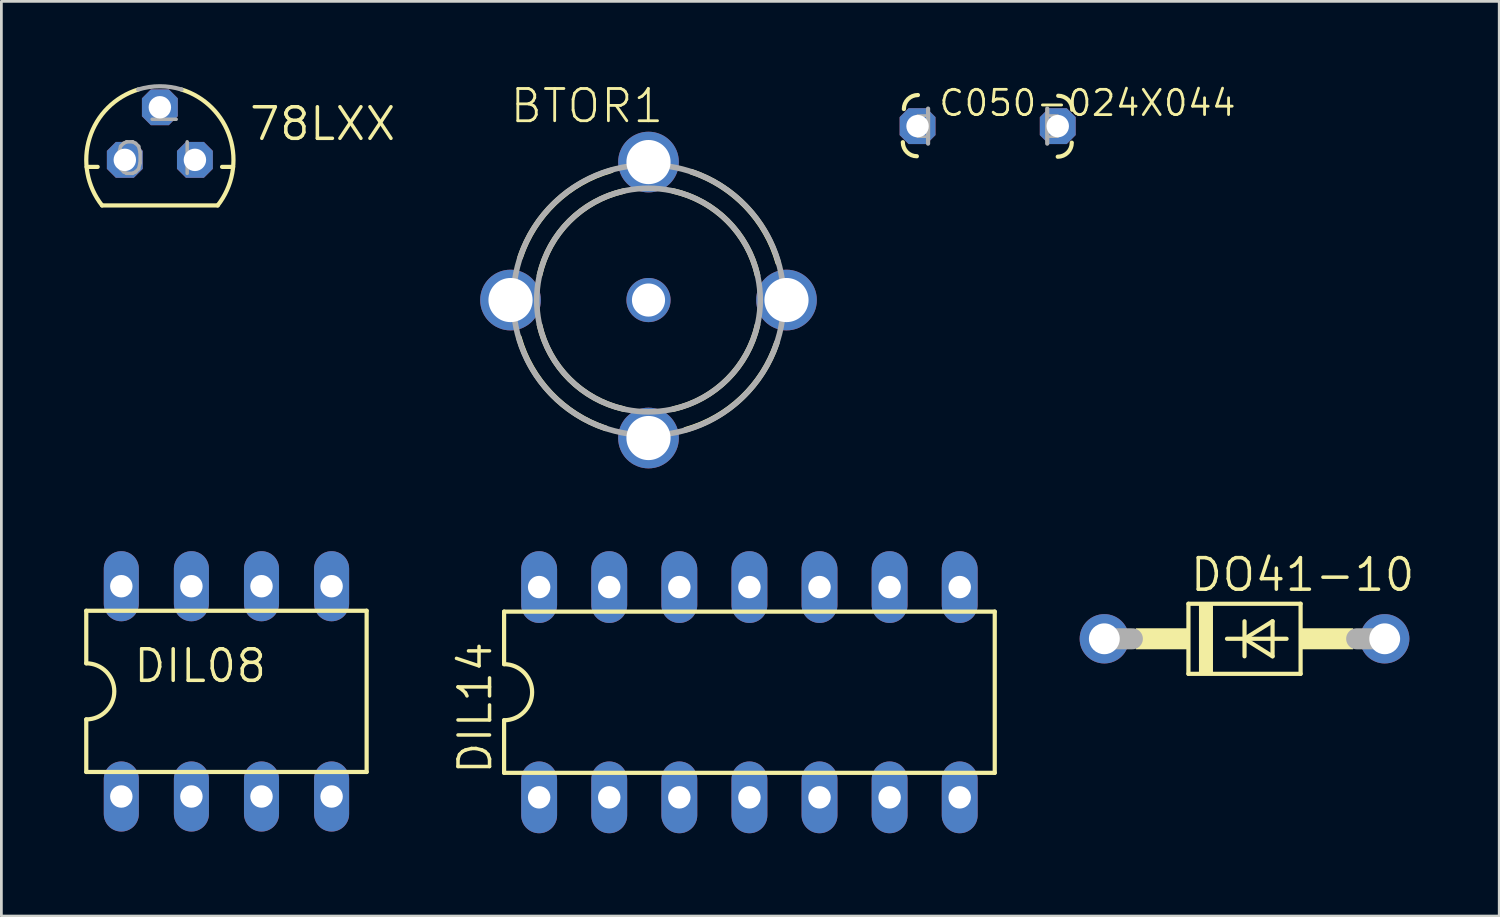
<source format=kicad_pcb>
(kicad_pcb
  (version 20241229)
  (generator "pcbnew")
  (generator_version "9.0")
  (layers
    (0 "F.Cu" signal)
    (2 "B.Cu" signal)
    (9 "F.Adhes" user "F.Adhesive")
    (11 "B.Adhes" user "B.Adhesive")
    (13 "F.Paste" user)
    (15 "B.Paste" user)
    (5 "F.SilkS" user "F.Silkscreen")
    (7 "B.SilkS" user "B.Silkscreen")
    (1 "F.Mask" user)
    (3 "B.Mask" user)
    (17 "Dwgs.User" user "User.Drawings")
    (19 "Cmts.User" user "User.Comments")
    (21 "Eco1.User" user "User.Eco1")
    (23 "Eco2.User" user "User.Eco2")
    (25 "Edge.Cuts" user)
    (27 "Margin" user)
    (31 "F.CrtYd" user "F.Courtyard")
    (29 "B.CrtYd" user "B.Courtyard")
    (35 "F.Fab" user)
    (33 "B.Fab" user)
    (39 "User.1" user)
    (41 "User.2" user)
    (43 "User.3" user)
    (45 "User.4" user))
  (footprint "C050-024X044"
    (layer "F.Cu")
    (at 32.74 1.52)
    (property "Reference" "C050-024X044" (at -1.826 -0.301 0) (layer "F.SilkS") (effects (font (size 0.914 0.914) (thickness 0.102)) (justify left bottom)))
    (fp_arc (start -3.035656 -0.617875) (mid -2.886866 -0.977085) (end -2.527656 -1.125875) (stroke (width 0.1524) (type solid)) (layer "F.SilkS"))
    (fp_arc (start -2.565943 1.091625) (mid -2.925153 0.942835) (end -3.073943 0.583625) (stroke (width 0.1524) (type solid)) (layer "F.SilkS"))
    (fp_arc (start 2.557393 -1.10019) (mid 2.916603 -0.9514) (end 3.065393 -0.59219) (stroke (width 0.1524) (type solid)) (layer "F.SilkS"))
    (fp_arc (start 3.048293 0.600753) (mid 2.899503 0.959963) (end 2.540293 1.108753) (stroke (width 0.1524) (type solid)) (layer "F.SilkS"))
    (fp_line (start -2.159 0.635) (end -2.159 -0.635) (stroke (width 0.152) (type solid)) (layer "F.Fab"))
    (fp_line (start 2.159 0.635) (end 2.159 -0.635) (stroke (width 0.152) (type solid)) (layer "F.Fab"))
    (fp_poly (pts (xy -2.54 0.381) (xy -2.159 0.381) (xy -2.159 -0.381) (xy -2.54 -0.381)) (stroke (width 0.1) (type solid)) (fill no) (layer "F.Fab"))
    (fp_poly (pts (xy 2.159 0.381) (xy 2.54 0.381) (xy 2.54 -0.381) (xy 2.159 -0.381)) (stroke (width 0.1) (type solid)) (fill no) (layer "F.Fab"))
    (pad "1" thru_hole roundrect (at -2.54 0) (size 1.3 1.3) (drill 0.813) (layers "*.Cu" "*.Mask") (roundrect_rratio 0.25) (chamfer_ratio 0.25) (chamfer top_left top_right bottom_left bottom_right))
    (pad "2" thru_hole roundrect (at 2.54 0) (size 1.3 1.3) (drill 0.813) (layers "*.Cu" "*.Mask") (roundrect_rratio 0.25) (chamfer_ratio 0.25) (chamfer top_left top_right bottom_left bottom_right)))
  (footprint "DO41-10"
    (layer "F.Cu")
    (at 42.048 20.098)
    (property "Reference" "DO41-10" (at -2.032 -1.651 0) (layer "F.SilkS") (effects (font (size 1.143 1.143) (thickness 0.127)) (justify left bottom)))
    (fp_line (start -2.032 -1.27) (end -2.032 1.27) (stroke (width 0.152) (type solid)) (layer "F.SilkS"))
    (fp_line (start -2.032 -1.27) (end 2.032 -1.27) (stroke (width 0.152) (type solid)) (layer "F.SilkS"))
    (fp_line (start -0.635 0) (end 0 0) (stroke (width 0.152) (type solid)) (layer "F.SilkS"))
    (fp_line (start 0 -0.635) (end 0 0) (stroke (width 0.152) (type solid)) (layer "F.SilkS"))
    (fp_line (start 0 0) (end 0 0.635) (stroke (width 0.152) (type solid)) (layer "F.SilkS"))
    (fp_line (start 0 0) (end 1.016 -0.635) (stroke (width 0.152) (type solid)) (layer "F.SilkS"))
    (fp_line (start 0 0) (end 1.524 0) (stroke (width 0.152) (type solid)) (layer "F.SilkS"))
    (fp_line (start 1.016 -0.635) (end 1.016 0.635) (stroke (width 0.152) (type solid)) (layer "F.SilkS"))
    (fp_line (start 1.016 0.635) (end 0 0) (stroke (width 0.152) (type solid)) (layer "F.SilkS"))
    (fp_line (start 2.032 1.27) (end -2.032 1.27) (stroke (width 0.152) (type solid)) (layer "F.SilkS"))
    (fp_line (start 2.032 1.27) (end 2.032 -1.27) (stroke (width 0.152) (type solid)) (layer "F.SilkS"))
    (fp_poly (pts (xy -3.937 0.381) (xy -2.032 0.381) (xy -2.032 -0.381) (xy -3.937 -0.381)) (stroke (width 0) (type solid)) (fill yes) (layer "F.SilkS"))
    (fp_poly (pts (xy -1.651 1.27) (xy -1.143 1.27) (xy -1.143 -1.27) (xy -1.651 -1.27)) (stroke (width 0) (type solid)) (fill yes) (layer "F.SilkS"))
    (fp_poly (pts (xy 2.032 0.381) (xy 3.937 0.381) (xy 3.937 -0.381) (xy 2.032 -0.381)) (stroke (width 0) (type solid)) (fill yes) (layer "F.SilkS"))
    (fp_line (start -5.08 0) (end -4.064 0) (stroke (width 0.762) (type solid)) (layer "F.Fab"))
    (fp_line (start 5.08 0) (end 4.064 0) (stroke (width 0.762) (type solid)) (layer "F.Fab"))
    (pad "A" thru_hole circle (at 5.08 0) (size 1.788 1.788) (drill 1.118) (layers "*.Cu" "*.Mask"))
    (pad "C" thru_hole circle (at -5.08 0) (size 1.788 1.788) (drill 1.118) (layers "*.Cu" "*.Mask")))
  (footprint "DIL14"
    (layer "F.Cu")
    (at 24.107 22.034)
    (property "Reference" "DIL14" (at -9.271 3.048 90) (layer "F.SilkS") (effects (font (size 1.143 1.143) (thickness 0.127)) (justify left bottom)))
    (fp_line (start -8.89 -2.921) (end -8.89 -1.016) (stroke (width 0.152) (type solid)) (layer "F.SilkS"))
    (fp_line (start -8.89 2.921) (end -8.89 1.016) (stroke (width 0.152) (type solid)) (layer "F.SilkS"))
    (fp_line (start -8.89 2.921) (end 8.89 2.921) (stroke (width 0.152) (type solid)) (layer "F.SilkS"))
    (fp_line (start 8.89 -2.921) (end -8.89 -2.921) (stroke (width 0.152) (type solid)) (layer "F.SilkS"))
    (fp_line (start 8.89 -2.921) (end 8.89 2.921) (stroke (width 0.152) (type solid)) (layer "F.SilkS"))
    (fp_arc (start -8.89 -1.016) (mid -7.874 0) (end -8.89 1.016) (stroke (width 0.1524) (type solid)) (layer "F.SilkS"))
    (pad "1" thru_hole oval (at -7.62 3.81 90) (size 2.601 1.3) (drill 0.813) (layers "*.Cu" "*.Mask"))
    (pad "2" thru_hole oval (at -5.08 3.81 90) (size 2.601 1.3) (drill 0.813) (layers "*.Cu" "*.Mask"))
    (pad "3" thru_hole oval (at -2.54 3.81 90) (size 2.601 1.3) (drill 0.813) (layers "*.Cu" "*.Mask"))
    (pad "4" thru_hole oval (at 0 3.81 90) (size 2.601 1.3) (drill 0.813) (layers "*.Cu" "*.Mask"))
    (pad "5" thru_hole oval (at 2.54 3.81 90) (size 2.601 1.3) (drill 0.813) (layers "*.Cu" "*.Mask"))
    (pad "6" thru_hole oval (at 5.08 3.81 90) (size 2.601 1.3) (drill 0.813) (layers "*.Cu" "*.Mask"))
    (pad "7" thru_hole oval (at 7.62 3.81 90) (size 2.601 1.3) (drill 0.813) (layers "*.Cu" "*.Mask"))
    (pad "8" thru_hole oval (at 7.62 -3.81 90) (size 2.601 1.3) (drill 0.813) (layers "*.Cu" "*.Mask"))
    (pad "9" thru_hole oval (at 5.08 -3.81 90) (size 2.601 1.3) (drill 0.813) (layers "*.Cu" "*.Mask"))
    (pad "10" thru_hole oval (at 2.54 -3.81 90) (size 2.601 1.3) (drill 0.813) (layers "*.Cu" "*.Mask"))
    (pad "11" thru_hole oval (at 0 -3.81 90) (size 2.601 1.3) (drill 0.813) (layers "*.Cu" "*.Mask"))
    (pad "12" thru_hole oval (at -2.54 -3.81 90) (size 2.601 1.3) (drill 0.813) (layers "*.Cu" "*.Mask"))
    (pad "13" thru_hole oval (at -5.08 -3.81 90) (size 2.601 1.3) (drill 0.813) (layers "*.Cu" "*.Mask"))
    (pad "14" thru_hole oval (at -7.62 -3.81 90) (size 2.601 1.3) (drill 0.813) (layers "*.Cu" "*.Mask")))
  (footprint "BTOR1"
    (layer "F.Cu")
    (at 20.45 7.823)
    (property "Reference" "BTOR1" (at -5.08 -6.35 0) (layer "F.SilkS") (effects (font (size 1.168 1.168) (thickness 0.102)) (justify left bottom)))
    (fp_arc (start -4.65 -1.55) (mid -3.39027 -3.533854) (end -1.35 -4.7) (stroke (width 0.2032) (type solid)) (layer "F.SilkS"))
    (fp_arc (start -3.95 -0.9) (mid -2.864655 -2.864655) (end -0.9 -3.95) (stroke (width 0.2032) (type solid)) (layer "F.SilkS"))
    (fp_arc (start -1.55 4.65) (mid -3.533854 3.39027) (end -4.7 1.35) (stroke (width 0.2032) (type solid)) (layer "F.SilkS"))
    (fp_arc (start -0.9 3.95) (mid -2.864655 2.864655) (end -3.95 0.9) (stroke (width 0.2032) (type solid)) (layer "F.SilkS"))
    (fp_arc (start 0.9 -3.95) (mid 2.864655 -2.864655) (end 3.95 -0.9) (stroke (width 0.2032) (type solid)) (layer "F.SilkS"))
    (fp_arc (start 1.55 -4.65) (mid 3.533854 -3.39027) (end 4.7 -1.35) (stroke (width 0.2032) (type solid)) (layer "F.SilkS"))
    (fp_arc (start 3.95 0.9) (mid 2.864655 2.864655) (end 0.9 3.95) (stroke (width 0.2032) (type solid)) (layer "F.SilkS"))
    (fp_arc (start 4.65 1.55) (mid 3.39027 3.533854) (end 1.35 4.7) (stroke (width 0.2032) (type solid)) (layer "F.SilkS"))
    (fp_circle (center 0 0) (end 4.05 0) (stroke (width 0.203) (type solid)) (fill no) (layer "F.Fab"))
    (fp_circle (center 0 0) (end 4.9 0) (stroke (width 0.203) (type solid)) (fill no) (layer "F.Fab"))
    (pad "S" thru_hole circle (at -5 0) (size 2.2 2.2) (drill 1.6) (layers "*.Cu" "*.Mask"))
    (pad "S@1" thru_hole circle (at 0 -5) (size 2.2 2.2) (drill 1.6) (layers "*.Cu" "*.Mask"))
    (pad "S@2" thru_hole circle (at 5 0) (size 2.2 2.2) (drill 1.6) (layers "*.Cu" "*.Mask"))
    (pad "S@3" thru_hole circle (at 0 5) (size 2.2 2.2) (drill 1.6) (layers "*.Cu" "*.Mask"))
    (pad "T" thru_hole circle (at 0 0) (size 1.6 1.6) (drill 1.2) (layers "*.Cu" "*.Mask")))
  (footprint "78LXX"
    (layer "F.Cu")
    (at 2.743 2.743)
    (property "Reference" "78LXX" (at 3.175 -0.635 0) (layer "F.SilkS") (effects (font (size 1.143 1.143) (thickness 0.127)) (justify left bottom)))
    (fp_line (start -2.655 0.254) (end -2.254 0.254) (stroke (width 0.152) (type solid)) (layer "F.SilkS"))
    (fp_line (start -2.095 1.651) (end 2.095 1.651) (stroke (width 0.152) (type solid)) (layer "F.SilkS"))
    (fp_line (start 2.254 0.254) (end 2.655 0.254) (stroke (width 0.152) (type solid)) (layer "F.SilkS"))
    (fp_arc (start -2.0946 1.651) (mid -2.54634 -0.793276) (end -0.786301 -2.548501) (stroke (width 0.1524) (type solid)) (layer "F.SilkS"))
    (fp_arc (start 0.7868 -2.5484) (mid 2.54677 -0.793202) (end 2.095 1.650999) (stroke (width 0.1524) (type solid)) (layer "F.SilkS"))
    (fp_arc (start -0.7863 -2.5485) (mid 0 -2.667043) (end 0.7863 -2.5485) (stroke (width 0.1524) (type solid)) (layer "F.Fab"))
    (fp_text user "-" (at -0.635 -0.889 0) (layer "F.Fab") (effects (font (size 1.143 1.143) (thickness 0.127)) (justify left bottom)))
    (fp_text user "O" (at -1.778 0.635 0) (layer "F.Fab") (effects (font (size 1.143 1.143) (thickness 0.127)) (justify left bottom)))
    (fp_text user "I" (at 0.635 0.635 0) (layer "F.Fab") (effects (font (size 1.143 1.143) (thickness 0.127)) (justify left bottom)))
    (pad "GND" thru_hole roundrect (at 0 -1.905) (size 1.3 1.3) (drill 0.813) (layers "*.Cu" "*.Mask") (roundrect_rratio 0.25) (chamfer_ratio 0.25) (chamfer top_left top_right bottom_left bottom_right))
    (pad "IN" thru_hole roundrect (at 1.27 0) (size 1.3 1.3) (drill 0.813) (layers "*.Cu" "*.Mask") (roundrect_rratio 0.25) (chamfer_ratio 0.25) (chamfer top_left top_right bottom_left bottom_right))
    (pad "OUT" thru_hole roundrect (at -1.27 0) (size 1.3 1.3) (drill 0.813) (layers "*.Cu" "*.Mask") (roundrect_rratio 0.25) (chamfer_ratio 0.25) (chamfer top_left top_right bottom_left bottom_right)))
  (footprint "DIL08"
    (layer "F.Cu")
    (at 5.156 22.003)
    (property "Reference" "DIL08" (at -3.429 -0.254 0) (layer "F.SilkS") (effects (font (size 1.143 1.143) (thickness 0.127)) (justify left bottom)))
    (fp_line (start -5.08 -2.921) (end -5.08 -1.016) (stroke (width 0.152) (type solid)) (layer "F.SilkS"))
    (fp_line (start -5.08 2.921) (end -5.08 1.016) (stroke (width 0.152) (type solid)) (layer "F.SilkS"))
    (fp_line (start -5.08 2.921) (end 5.08 2.921) (stroke (width 0.152) (type solid)) (layer "F.SilkS"))
    (fp_line (start 5.08 -2.921) (end -5.08 -2.921) (stroke (width 0.152) (type solid)) (layer "F.SilkS"))
    (fp_line (start 5.08 -2.921) (end 5.08 2.921) (stroke (width 0.152) (type solid)) (layer "F.SilkS"))
    (fp_arc (start -5.08 -1.016) (mid -4.064 0) (end -5.08 1.016) (stroke (width 0.1524) (type solid)) (layer "F.SilkS"))
    (pad "1" thru_hole oval (at -3.81 3.81 90) (size 2.54 1.27) (drill 0.813) (layers "*.Cu" "*.Mask"))
    (pad "2" thru_hole oval (at -1.27 3.81 90) (size 2.54 1.27) (drill 0.813) (layers "*.Cu" "*.Mask"))
    (pad "3" thru_hole oval (at 1.27 3.81 90) (size 2.54 1.27) (drill 0.813) (layers "*.Cu" "*.Mask"))
    (pad "4" thru_hole oval (at 3.81 3.81 90) (size 2.54 1.27) (drill 0.813) (layers "*.Cu" "*.Mask"))
    (pad "5" thru_hole oval (at 3.81 -3.81 90) (size 2.54 1.27) (drill 0.813) (layers "*.Cu" "*.Mask"))
    (pad "6" thru_hole oval (at 1.27 -3.81 90) (size 2.54 1.27) (drill 0.813) (layers "*.Cu" "*.Mask"))
    (pad "7" thru_hole oval (at -1.27 -3.81 90) (size 2.54 1.27) (drill 0.813) (layers "*.Cu" "*.Mask"))
    (pad "8" thru_hole oval (at -3.81 -3.81 90) (size 2.54 1.27) (drill 0.813) (layers "*.Cu" "*.Mask")))
  (gr_rect
    (start -3 -3)
    (end 51.278 30.144)
    (stroke (width 0.1) (type default))
    (fill no)
    (layer "Edge.Cuts")))
</source>
